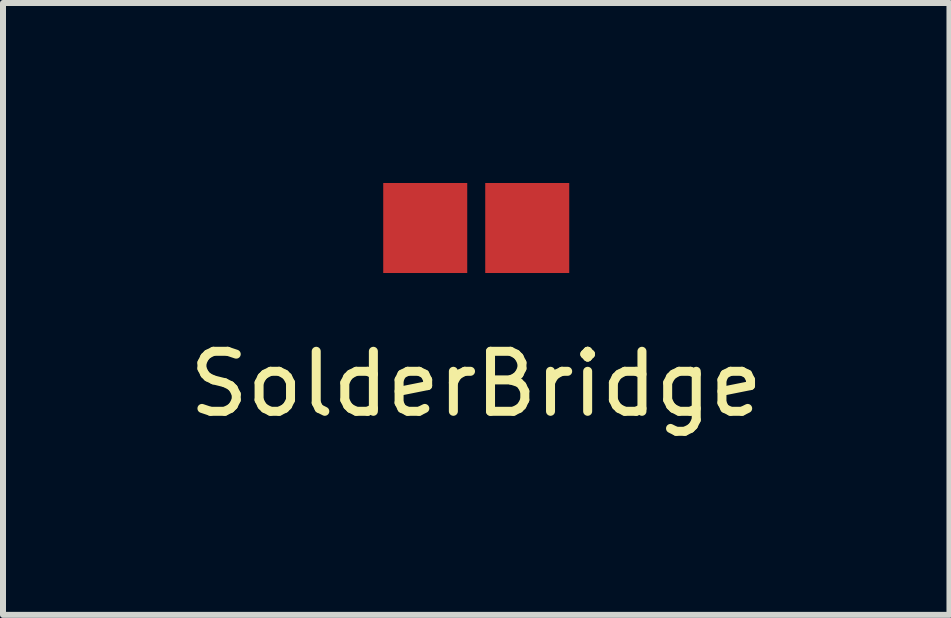
<source format=kicad_pcb>
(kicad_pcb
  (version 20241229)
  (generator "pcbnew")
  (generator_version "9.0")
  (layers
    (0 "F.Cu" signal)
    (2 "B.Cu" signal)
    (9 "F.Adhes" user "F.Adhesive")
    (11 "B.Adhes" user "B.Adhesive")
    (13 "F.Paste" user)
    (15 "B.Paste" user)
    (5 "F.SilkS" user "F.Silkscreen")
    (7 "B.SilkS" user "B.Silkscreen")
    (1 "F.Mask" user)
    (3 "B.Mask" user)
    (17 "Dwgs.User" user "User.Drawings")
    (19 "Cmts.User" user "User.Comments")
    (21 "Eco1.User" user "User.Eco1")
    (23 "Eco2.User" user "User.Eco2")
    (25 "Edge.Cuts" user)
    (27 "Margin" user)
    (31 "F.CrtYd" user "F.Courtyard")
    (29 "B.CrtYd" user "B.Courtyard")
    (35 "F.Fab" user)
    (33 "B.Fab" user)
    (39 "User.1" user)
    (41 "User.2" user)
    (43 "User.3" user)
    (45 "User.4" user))
  (footprint "SolderBridge"
    (layer "F.Cu")
    (at 4.887 0.75)
    (property "Reference" "SolderBridge" (at 0 2.6 0) (layer "F.SilkS") (effects (font (size 1 1) (thickness 0.15))))
    (attr through_hole)
    (pad "1" smd custom (at -0.85 0) (size 1.4 1.5) (layers "F.Cu" "F.Mask" "F.Paste") (options (anchor rect)) (primitives))
    (pad "2" smd custom (at 0.85 0 180) (size 1.4 1.5) (layers "F.Cu" "F.Mask" "F.Paste") (options (anchor rect)) (primitives)))
  (gr_rect
    (start -3 -3)
    (end 12.774 7.198)
    (stroke (width 0.1) (type default))
    (fill no)
    (layer "Edge.Cuts")))
</source>
